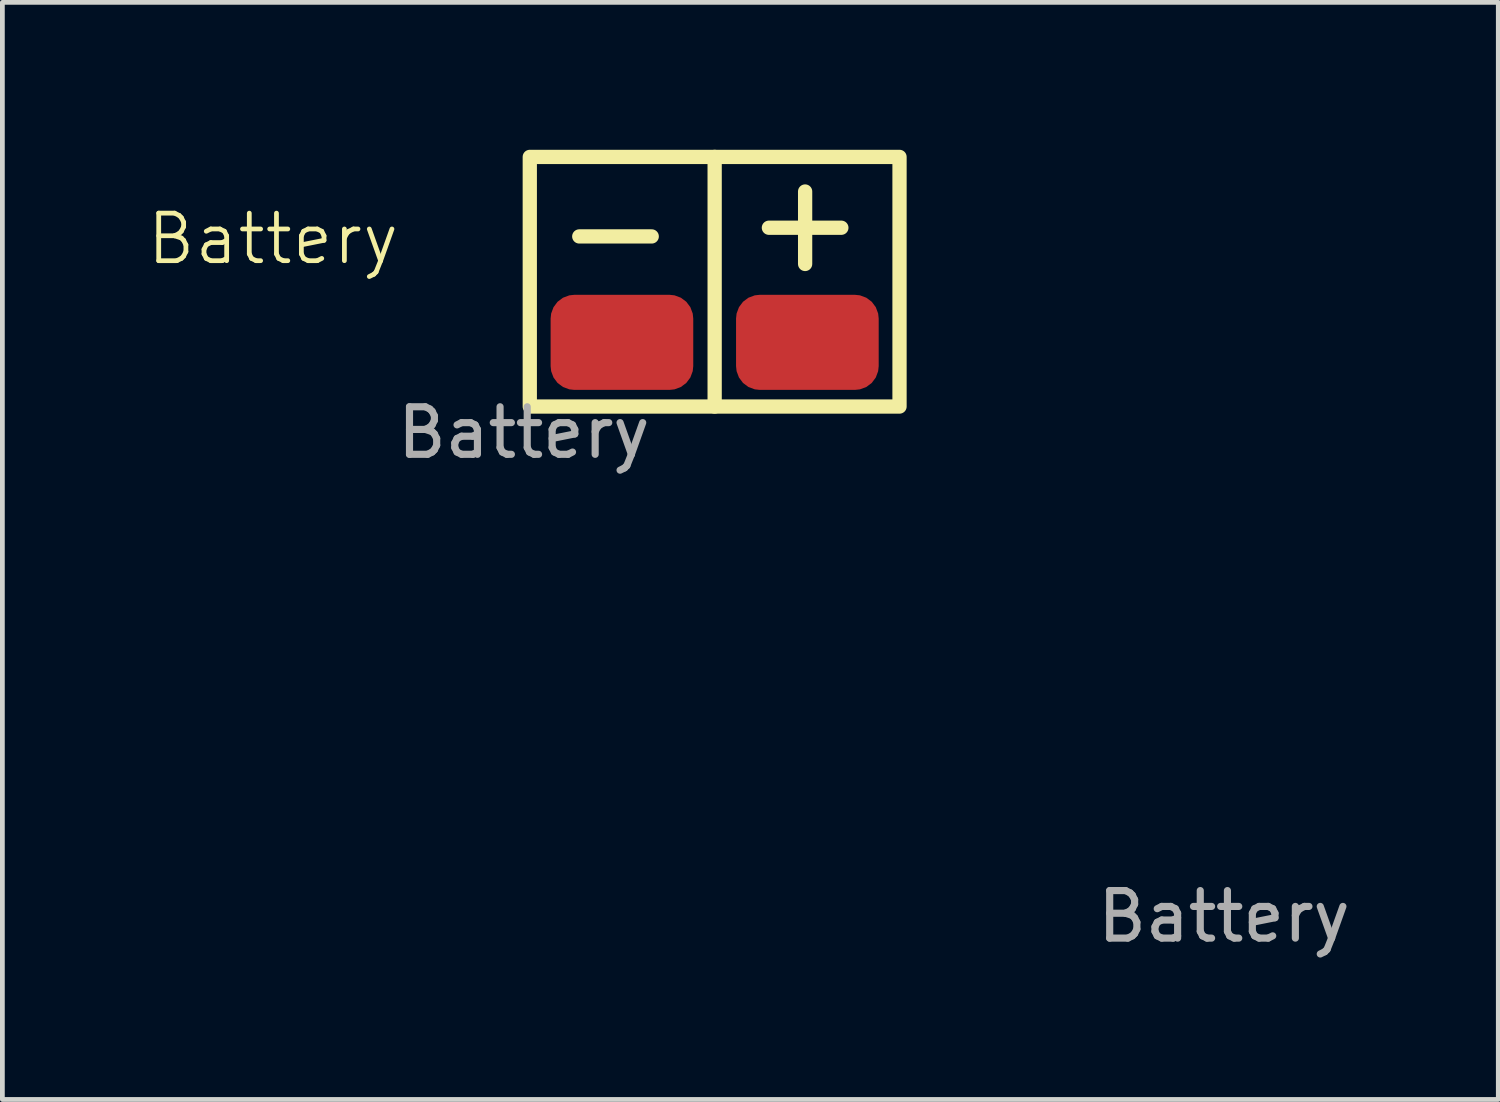
<source format=kicad_pcb>
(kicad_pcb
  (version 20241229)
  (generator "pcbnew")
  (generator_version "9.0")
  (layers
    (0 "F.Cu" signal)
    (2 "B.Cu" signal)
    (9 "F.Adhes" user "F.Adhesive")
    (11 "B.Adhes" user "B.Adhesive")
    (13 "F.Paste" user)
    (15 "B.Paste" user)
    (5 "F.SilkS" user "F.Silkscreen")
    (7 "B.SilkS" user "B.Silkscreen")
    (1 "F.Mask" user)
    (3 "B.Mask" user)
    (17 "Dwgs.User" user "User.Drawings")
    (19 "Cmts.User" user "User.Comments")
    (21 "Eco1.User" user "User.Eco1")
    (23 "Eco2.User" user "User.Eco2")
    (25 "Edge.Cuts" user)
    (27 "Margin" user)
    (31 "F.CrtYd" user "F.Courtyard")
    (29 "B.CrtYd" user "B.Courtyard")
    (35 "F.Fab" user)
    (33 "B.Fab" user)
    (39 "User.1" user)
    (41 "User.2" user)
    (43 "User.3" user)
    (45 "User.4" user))
  (footprint "Battery"
    (layer "F.Cu")
    (at 11.98 0.25)
    (property "Reference" "Battery" (at -9.287 1.725 0) (unlocked yes) (layer "F.SilkS") (effects (font (size 1 1) (thickness 0.1))))
    (attr smd)
    (fp_line (start 0 0) (end 0 5.25) (stroke (width 0.3) (type default)) (layer "F.SilkS"))
    (fp_rect (start -3.888 0) (end 3.888 5.25) (stroke (width 0.3) (type default)) (fill no) (layer "F.SilkS"))
    (fp_text user "+" (at 2.925 2.925 90) (unlocked yes) (layer "F.SilkS") (effects (font (size 2 2) (thickness 0.3)) (justify left bottom)))
    (fp_text user "-" (at -0.65 0.65 180) (unlocked yes) (layer "F.SilkS") (effects (font (size 2 2) (thickness 0.3)) (justify left bottom)))
    (fp_text user "${REFERENCE}" (at 10.713 15.975 0) (unlocked yes) (layer "F.Fab") (effects (font (size 1 1) (thickness 0.15))))
    (fp_text user "${REFERENCE}" (at -4.013 5.8 0) (unlocked yes) (layer "F.Fab") (effects (font (size 1 1) (thickness 0.15))))
    (pad "1" smd roundrect (at 1.95 3.9 90) (size 2 3) (layers "F.Cu" "F.Mask" "F.Paste") (roundrect_rratio 0.25))
    (pad "2" smd roundrect (at -1.95 3.9 90) (size 2 3) (layers "F.Cu" "F.Mask" "F.Paste") (roundrect_rratio 0.25)))
  (gr_rect
    (start -3 -3)
    (end 28.461 20.073)
    (stroke (width 0.1) (type default))
    (fill no)
    (layer "Edge.Cuts")))
</source>
